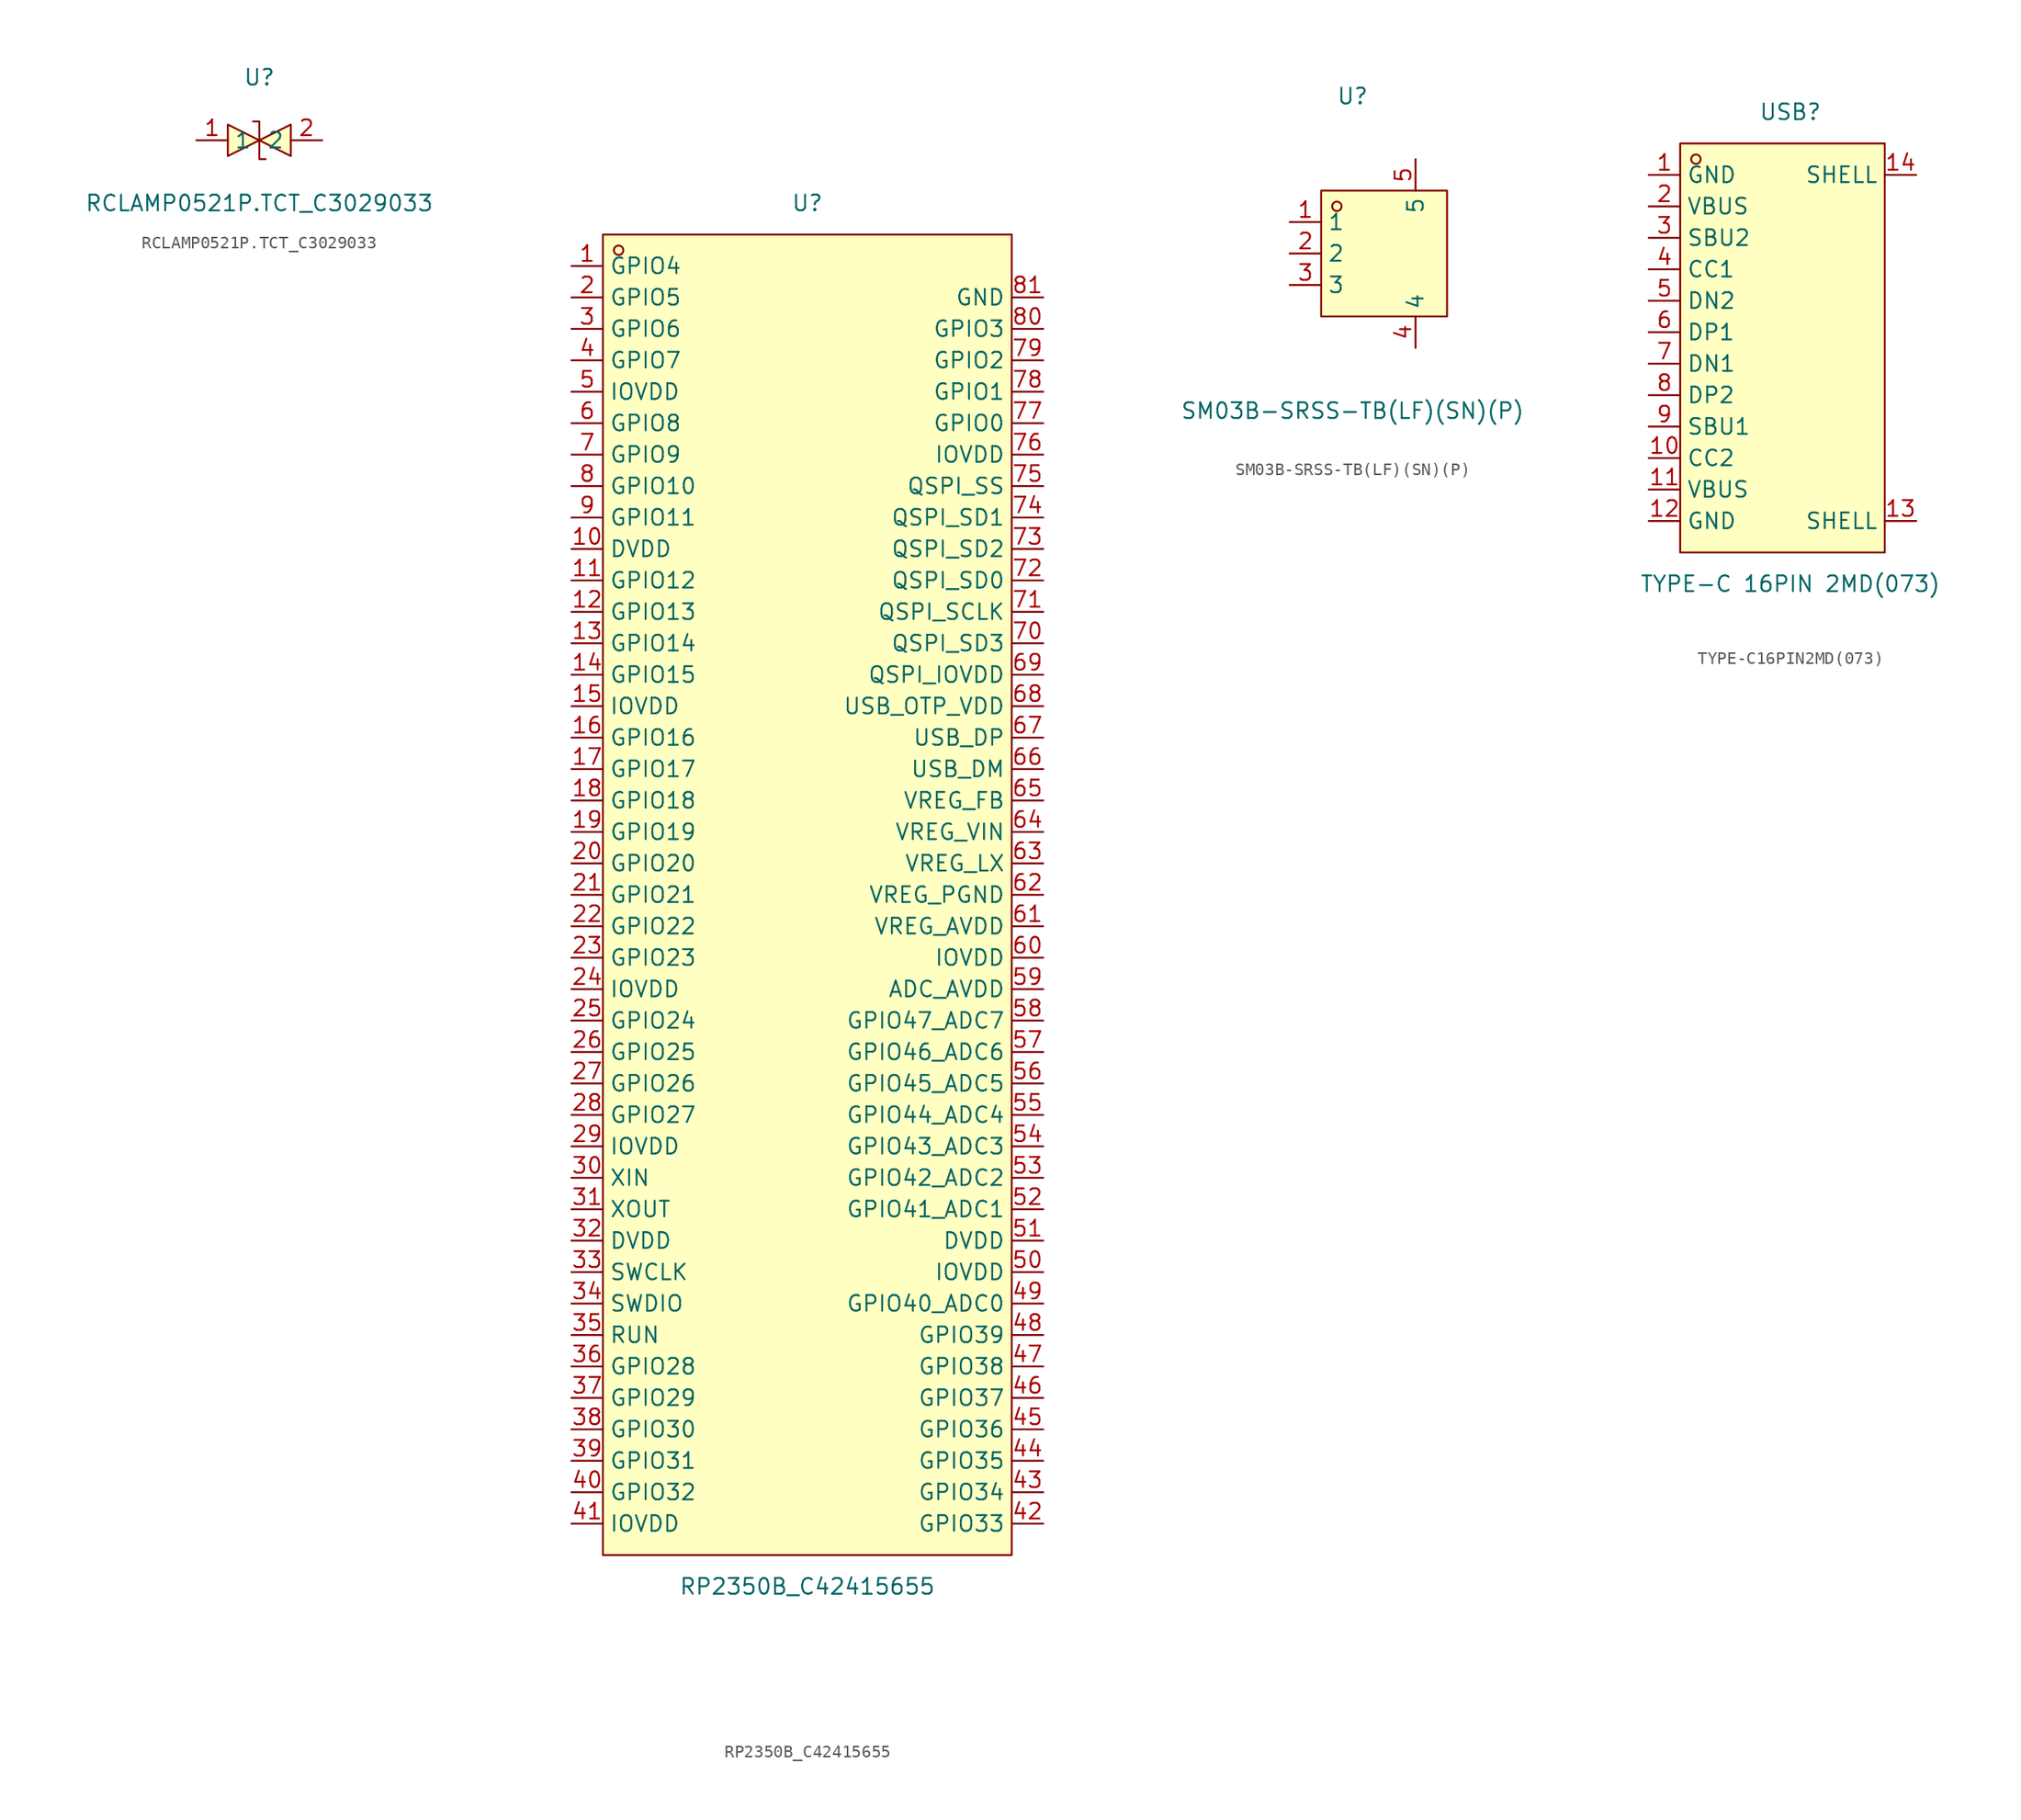
<source format=kicad_sym>
(kicad_symbol_lib
  (version 20211014)
  (generator https://github.com/uPesy/easyeda2kicad.py)
  (symbol "RCLAMP0521P.TCT_C3029033"
    (property "Reference" "U"
      (at 0 5.08 0)
      (effects (font (size 1.27 1.27))))
    (property "Value" "RCLAMP0521P.TCT_C3029033"
      (at 0 -5.08 0)
      (effects (font (size 1.27 1.27))))
    (symbol "RCLAMP0521P.TCT_C3029033_0_1"
      (polyline (pts (xy -0.51 1.52) (xy -0.51 1.52) (xy 0.00 1.52) (xy 0.00 -1.52) (xy 0.51 -1.52) (xy 0.51 -1.52)) (stroke (width 0) (type default) (color 0 0 0 0)) (fill (type none)))
      (polyline (pts (xy -2.54 1.27) (xy 0.00 -0.00) (xy -2.54 -1.27) (xy -2.54 1.27)) (stroke (width 0) (type default) (color 0 0 0 0)) (fill (type background)))
      (polyline (pts (xy 2.54 1.27) (xy 0.00 -0.00) (xy 2.54 -1.27) (xy 2.54 1.27)) (stroke (width 0) (type default) (color 0 0 0 0)) (fill (type background)))
      (pin unspecified line (at 5.08 -0.00 180) (length 2.54) (name "2" (effects (font (size 1.27 1.27)))) (number "2" (effects (font (size 1.27 1.27)))))
      (pin unspecified line (at -5.08 -0.00 0) (length 2.54) (name "1" (effects (font (size 1.27 1.27)))) (number "1" (effects (font (size 1.27 1.27)))))))
  (symbol "RP2350B_C42415655"
    (property "Reference" "U"
      (at 0 55.88 0)
      (effects (font (size 1.27 1.27))))
    (property "Value" "RP2350B_C42415655"
      (at 0 -55.88 0)
      (effects (font (size 1.27 1.27))))
    (symbol "RP2350B_C42415655_0_1"
      (rectangle (start -16.51 53.34) (end 16.51 -53.34) (stroke (width 0) (type default) (color 0 0 0 0)) (fill (type background)))
      (circle (center -15.24 52.07) (radius 0.38) (stroke (width 0) (type default) (color 0 0 0 0)) (fill (type none)))
      (pin unspecified line (at -19.05 50.80 0) (length 2.54) (name "GPIO4" (effects (font (size 1.27 1.27)))) (number "1" (effects (font (size 1.27 1.27)))))
      (pin unspecified line (at -19.05 48.26 0) (length 2.54) (name "GPIO5" (effects (font (size 1.27 1.27)))) (number "2" (effects (font (size 1.27 1.27)))))
      (pin unspecified line (at -19.05 45.72 0) (length 2.54) (name "GPIO6" (effects (font (size 1.27 1.27)))) (number "3" (effects (font (size 1.27 1.27)))))
      (pin unspecified line (at -19.05 43.18 0) (length 2.54) (name "GPIO7" (effects (font (size 1.27 1.27)))) (number "4" (effects (font (size 1.27 1.27)))))
      (pin unspecified line (at -19.05 40.64 0) (length 2.54) (name "IOVDD" (effects (font (size 1.27 1.27)))) (number "5" (effects (font (size 1.27 1.27)))))
      (pin unspecified line (at -19.05 38.10 0) (length 2.54) (name "GPIO8" (effects (font (size 1.27 1.27)))) (number "6" (effects (font (size 1.27 1.27)))))
      (pin unspecified line (at -19.05 35.56 0) (length 2.54) (name "GPIO9" (effects (font (size 1.27 1.27)))) (number "7" (effects (font (size 1.27 1.27)))))
      (pin unspecified line (at -19.05 33.02 0) (length 2.54) (name "GPIO10" (effects (font (size 1.27 1.27)))) (number "8" (effects (font (size 1.27 1.27)))))
      (pin unspecified line (at -19.05 30.48 0) (length 2.54) (name "GPIO11" (effects (font (size 1.27 1.27)))) (number "9" (effects (font (size 1.27 1.27)))))
      (pin unspecified line (at -19.05 27.94 0) (length 2.54) (name "DVDD" (effects (font (size 1.27 1.27)))) (number "10" (effects (font (size 1.27 1.27)))))
      (pin unspecified line (at -19.05 25.40 0) (length 2.54) (name "GPIO12" (effects (font (size 1.27 1.27)))) (number "11" (effects (font (size 1.27 1.27)))))
      (pin unspecified line (at -19.05 22.86 0) (length 2.54) (name "GPIO13" (effects (font (size 1.27 1.27)))) (number "12" (effects (font (size 1.27 1.27)))))
      (pin unspecified line (at -19.05 20.32 0) (length 2.54) (name "GPIO14" (effects (font (size 1.27 1.27)))) (number "13" (effects (font (size 1.27 1.27)))))
      (pin unspecified line (at -19.05 17.78 0) (length 2.54) (name "GPIO15" (effects (font (size 1.27 1.27)))) (number "14" (effects (font (size 1.27 1.27)))))
      (pin unspecified line (at -19.05 15.24 0) (length 2.54) (name "IOVDD" (effects (font (size 1.27 1.27)))) (number "15" (effects (font (size 1.27 1.27)))))
      (pin unspecified line (at -19.05 12.70 0) (length 2.54) (name "GPIO16" (effects (font (size 1.27 1.27)))) (number "16" (effects (font (size 1.27 1.27)))))
      (pin unspecified line (at -19.05 10.16 0) (length 2.54) (name "GPIO17" (effects (font (size 1.27 1.27)))) (number "17" (effects (font (size 1.27 1.27)))))
      (pin unspecified line (at -19.05 7.62 0) (length 2.54) (name "GPIO18" (effects (font (size 1.27 1.27)))) (number "18" (effects (font (size 1.27 1.27)))))
      (pin unspecified line (at -19.05 5.08 0) (length 2.54) (name "GPIO19" (effects (font (size 1.27 1.27)))) (number "19" (effects (font (size 1.27 1.27)))))
      (pin unspecified line (at -19.05 2.54 0) (length 2.54) (name "GPIO20" (effects (font (size 1.27 1.27)))) (number "20" (effects (font (size 1.27 1.27)))))
      (pin unspecified line (at -19.05 -0.00 0) (length 2.54) (name "GPIO21" (effects (font (size 1.27 1.27)))) (number "21" (effects (font (size 1.27 1.27)))))
      (pin unspecified line (at -19.05 -2.54 0) (length 2.54) (name "GPIO22" (effects (font (size 1.27 1.27)))) (number "22" (effects (font (size 1.27 1.27)))))
      (pin unspecified line (at -19.05 -5.08 0) (length 2.54) (name "GPIO23" (effects (font (size 1.27 1.27)))) (number "23" (effects (font (size 1.27 1.27)))))
      (pin unspecified line (at -19.05 -7.62 0) (length 2.54) (name "IOVDD" (effects (font (size 1.27 1.27)))) (number "24" (effects (font (size 1.27 1.27)))))
      (pin unspecified line (at -19.05 -10.16 0) (length 2.54) (name "GPIO24" (effects (font (size 1.27 1.27)))) (number "25" (effects (font (size 1.27 1.27)))))
      (pin unspecified line (at -19.05 -12.70 0) (length 2.54) (name "GPIO25" (effects (font (size 1.27 1.27)))) (number "26" (effects (font (size 1.27 1.27)))))
      (pin unspecified line (at -19.05 -15.24 0) (length 2.54) (name "GPIO26" (effects (font (size 1.27 1.27)))) (number "27" (effects (font (size 1.27 1.27)))))
      (pin unspecified line (at -19.05 -17.78 0) (length 2.54) (name "GPIO27" (effects (font (size 1.27 1.27)))) (number "28" (effects (font (size 1.27 1.27)))))
      (pin unspecified line (at -19.05 -20.32 0) (length 2.54) (name "IOVDD" (effects (font (size 1.27 1.27)))) (number "29" (effects (font (size 1.27 1.27)))))
      (pin unspecified line (at -19.05 -22.86 0) (length 2.54) (name "XIN" (effects (font (size 1.27 1.27)))) (number "30" (effects (font (size 1.27 1.27)))))
      (pin unspecified line (at -19.05 -25.40 0) (length 2.54) (name "XOUT" (effects (font (size 1.27 1.27)))) (number "31" (effects (font (size 1.27 1.27)))))
      (pin unspecified line (at -19.05 -27.94 0) (length 2.54) (name "DVDD" (effects (font (size 1.27 1.27)))) (number "32" (effects (font (size 1.27 1.27)))))
      (pin unspecified line (at -19.05 -30.48 0) (length 2.54) (name "SWCLK" (effects (font (size 1.27 1.27)))) (number "33" (effects (font (size 1.27 1.27)))))
      (pin unspecified line (at -19.05 -33.02 0) (length 2.54) (name "SWDIO" (effects (font (size 1.27 1.27)))) (number "34" (effects (font (size 1.27 1.27)))))
      (pin unspecified line (at -19.05 -35.56 0) (length 2.54) (name "RUN" (effects (font (size 1.27 1.27)))) (number "35" (effects (font (size 1.27 1.27)))))
      (pin unspecified line (at -19.05 -38.10 0) (length 2.54) (name "GPIO28" (effects (font (size 1.27 1.27)))) (number "36" (effects (font (size 1.27 1.27)))))
      (pin unspecified line (at -19.05 -40.64 0) (length 2.54) (name "GPIO29" (effects (font (size 1.27 1.27)))) (number "37" (effects (font (size 1.27 1.27)))))
      (pin unspecified line (at -19.05 -43.18 0) (length 2.54) (name "GPIO30" (effects (font (size 1.27 1.27)))) (number "38" (effects (font (size 1.27 1.27)))))
      (pin unspecified line (at -19.05 -45.72 0) (length 2.54) (name "GPIO31" (effects (font (size 1.27 1.27)))) (number "39" (effects (font (size 1.27 1.27)))))
      (pin unspecified line (at -19.05 -48.26 0) (length 2.54) (name "GPIO32" (effects (font (size 1.27 1.27)))) (number "40" (effects (font (size 1.27 1.27)))))
      (pin unspecified line (at -19.05 -50.80 0) (length 2.54) (name "IOVDD" (effects (font (size 1.27 1.27)))) (number "41" (effects (font (size 1.27 1.27)))))
      (pin unspecified line (at 19.05 -50.80 180) (length 2.54) (name "GPIO33" (effects (font (size 1.27 1.27)))) (number "42" (effects (font (size 1.27 1.27)))))
      (pin unspecified line (at 19.05 -48.26 180) (length 2.54) (name "GPIO34" (effects (font (size 1.27 1.27)))) (number "43" (effects (font (size 1.27 1.27)))))
      (pin unspecified line (at 19.05 -45.72 180) (length 2.54) (name "GPIO35" (effects (font (size 1.27 1.27)))) (number "44" (effects (font (size 1.27 1.27)))))
      (pin unspecified line (at 19.05 -43.18 180) (length 2.54) (name "GPIO36" (effects (font (size 1.27 1.27)))) (number "45" (effects (font (size 1.27 1.27)))))
      (pin unspecified line (at 19.05 -40.64 180) (length 2.54) (name "GPIO37" (effects (font (size 1.27 1.27)))) (number "46" (effects (font (size 1.27 1.27)))))
      (pin unspecified line (at 19.05 -38.10 180) (length 2.54) (name "GPIO38" (effects (font (size 1.27 1.27)))) (number "47" (effects (font (size 1.27 1.27)))))
      (pin unspecified line (at 19.05 -35.56 180) (length 2.54) (name "GPIO39" (effects (font (size 1.27 1.27)))) (number "48" (effects (font (size 1.27 1.27)))))
      (pin unspecified line (at 19.05 -33.02 180) (length 2.54) (name "GPIO40_ADC0" (effects (font (size 1.27 1.27)))) (number "49" (effects (font (size 1.27 1.27)))))
      (pin unspecified line (at 19.05 -30.48 180) (length 2.54) (name "IOVDD" (effects (font (size 1.27 1.27)))) (number "50" (effects (font (size 1.27 1.27)))))
      (pin unspecified line (at 19.05 -27.94 180) (length 2.54) (name "DVDD" (effects (font (size 1.27 1.27)))) (number "51" (effects (font (size 1.27 1.27)))))
      (pin unspecified line (at 19.05 -25.40 180) (length 2.54) (name "GPIO41_ADC1" (effects (font (size 1.27 1.27)))) (number "52" (effects (font (size 1.27 1.27)))))
      (pin unspecified line (at 19.05 -22.86 180) (length 2.54) (name "GPIO42_ADC2" (effects (font (size 1.27 1.27)))) (number "53" (effects (font (size 1.27 1.27)))))
      (pin unspecified line (at 19.05 -20.32 180) (length 2.54) (name "GPIO43_ADC3" (effects (font (size 1.27 1.27)))) (number "54" (effects (font (size 1.27 1.27)))))
      (pin unspecified line (at 19.05 -17.78 180) (length 2.54) (name "GPIO44_ADC4" (effects (font (size 1.27 1.27)))) (number "55" (effects (font (size 1.27 1.27)))))
      (pin unspecified line (at 19.05 -15.24 180) (length 2.54) (name "GPIO45_ADC5" (effects (font (size 1.27 1.27)))) (number "56" (effects (font (size 1.27 1.27)))))
      (pin unspecified line (at 19.05 -12.70 180) (length 2.54) (name "GPIO46_ADC6" (effects (font (size 1.27 1.27)))) (number "57" (effects (font (size 1.27 1.27)))))
      (pin unspecified line (at 19.05 -10.16 180) (length 2.54) (name "GPIO47_ADC7" (effects (font (size 1.27 1.27)))) (number "58" (effects (font (size 1.27 1.27)))))
      (pin unspecified line (at 19.05 -7.62 180) (length 2.54) (name "ADC_AVDD" (effects (font (size 1.27 1.27)))) (number "59" (effects (font (size 1.27 1.27)))))
      (pin unspecified line (at 19.05 -5.08 180) (length 2.54) (name "IOVDD" (effects (font (size 1.27 1.27)))) (number "60" (effects (font (size 1.27 1.27)))))
      (pin unspecified line (at 19.05 -2.54 180) (length 2.54) (name "VREG_AVDD" (effects (font (size 1.27 1.27)))) (number "61" (effects (font (size 1.27 1.27)))))
      (pin unspecified line (at 19.05 -0.00 180) (length 2.54) (name "VREG_PGND" (effects (font (size 1.27 1.27)))) (number "62" (effects (font (size 1.27 1.27)))))
      (pin unspecified line (at 19.05 2.54 180) (length 2.54) (name "VREG_LX" (effects (font (size 1.27 1.27)))) (number "63" (effects (font (size 1.27 1.27)))))
      (pin unspecified line (at 19.05 5.08 180) (length 2.54) (name "VREG_VIN" (effects (font (size 1.27 1.27)))) (number "64" (effects (font (size 1.27 1.27)))))
      (pin unspecified line (at 19.05 7.62 180) (length 2.54) (name "VREG_FB" (effects (font (size 1.27 1.27)))) (number "65" (effects (font (size 1.27 1.27)))))
      (pin unspecified line (at 19.05 10.16 180) (length 2.54) (name "USB_DM" (effects (font (size 1.27 1.27)))) (number "66" (effects (font (size 1.27 1.27)))))
      (pin unspecified line (at 19.05 12.70 180) (length 2.54) (name "USB_DP" (effects (font (size 1.27 1.27)))) (number "67" (effects (font (size 1.27 1.27)))))
      (pin unspecified line (at 19.05 15.24 180) (length 2.54) (name "USB_OTP_VDD" (effects (font (size 1.27 1.27)))) (number "68" (effects (font (size 1.27 1.27)))))
      (pin unspecified line (at 19.05 17.78 180) (length 2.54) (name "QSPI_IOVDD" (effects (font (size 1.27 1.27)))) (number "69" (effects (font (size 1.27 1.27)))))
      (pin unspecified line (at 19.05 20.32 180) (length 2.54) (name "QSPI_SD3" (effects (font (size 1.27 1.27)))) (number "70" (effects (font (size 1.27 1.27)))))
      (pin unspecified line (at 19.05 22.86 180) (length 2.54) (name "QSPI_SCLK" (effects (font (size 1.27 1.27)))) (number "71" (effects (font (size 1.27 1.27)))))
      (pin unspecified line (at 19.05 25.40 180) (length 2.54) (name "QSPI_SD0" (effects (font (size 1.27 1.27)))) (number "72" (effects (font (size 1.27 1.27)))))
      (pin unspecified line (at 19.05 27.94 180) (length 2.54) (name "QSPI_SD2" (effects (font (size 1.27 1.27)))) (number "73" (effects (font (size 1.27 1.27)))))
      (pin unspecified line (at 19.05 30.48 180) (length 2.54) (name "QSPI_SD1" (effects (font (size 1.27 1.27)))) (number "74" (effects (font (size 1.27 1.27)))))
      (pin unspecified line (at 19.05 33.02 180) (length 2.54) (name "QSPI_SS" (effects (font (size 1.27 1.27)))) (number "75" (effects (font (size 1.27 1.27)))))
      (pin unspecified line (at 19.05 35.56 180) (length 2.54) (name "IOVDD" (effects (font (size 1.27 1.27)))) (number "76" (effects (font (size 1.27 1.27)))))
      (pin unspecified line (at 19.05 38.10 180) (length 2.54) (name "GPIO0" (effects (font (size 1.27 1.27)))) (number "77" (effects (font (size 1.27 1.27)))))
      (pin unspecified line (at 19.05 40.64 180) (length 2.54) (name "GPIO1" (effects (font (size 1.27 1.27)))) (number "78" (effects (font (size 1.27 1.27)))))
      (pin unspecified line (at 19.05 43.18 180) (length 2.54) (name "GPIO2" (effects (font (size 1.27 1.27)))) (number "79" (effects (font (size 1.27 1.27)))))
      (pin unspecified line (at 19.05 45.72 180) (length 2.54) (name "GPIO3" (effects (font (size 1.27 1.27)))) (number "80" (effects (font (size 1.27 1.27)))))
      (pin unspecified line (at 19.05 48.26 180) (length 2.54) (name "GND" (effects (font (size 1.27 1.27)))) (number "81" (effects (font (size 1.27 1.27)))))))
  (symbol "SM03B-SRSS-TB(LF)(SN)(P)"
    (property "Reference" "U"
      (at 0 12.70 0)
      (effects (font (size 1.27 1.27))))
    (property "Value" "SM03B-SRSS-TB(LF)(SN)(P)"
      (at 0 -12.70 0)
      (effects (font (size 1.27 1.27))))
    (symbol "SM03B-SRSS-TB(LF)(SN)(P)_0_1"
      (rectangle (start -2.54 5.08) (end 7.62 -5.08) (stroke (width 0) (type default) (color 0 0 0 0)) (fill (type background)))
      (circle (center -1.27 3.81) (radius 0.38) (stroke (width 0) (type default) (color 0 0 0 0)) (fill (type none)))
      (pin unspecified line (at -5.08 2.54 0) (length 2.54) (name "1" (effects (font (size 1.27 1.27)))) (number "1" (effects (font (size 1.27 1.27)))))
      (pin unspecified line (at -5.08 -0.00 0) (length 2.54) (name "2" (effects (font (size 1.27 1.27)))) (number "2" (effects (font (size 1.27 1.27)))))
      (pin unspecified line (at -5.08 -2.54 0) (length 2.54) (name "3" (effects (font (size 1.27 1.27)))) (number "3" (effects (font (size 1.27 1.27)))))
      (pin unspecified line (at 5.08 -7.62 90) (length 2.54) (name "4" (effects (font (size 1.27 1.27)))) (number "4" (effects (font (size 1.27 1.27)))))
      (pin unspecified line (at 5.08 7.62 270) (length 2.54) (name "5" (effects (font (size 1.27 1.27)))) (number "5" (effects (font (size 1.27 1.27)))))))
  (symbol "TYPE-C16PIN2MD(073)"
    (property "Reference" "USB"
      (at 0 19.05 0)
      (effects (font (size 1.27 1.27))))
    (property "Value" "TYPE-C 16PIN 2MD(073)"
      (at 0 -19.05 0)
      (effects (font (size 1.27 1.27))))
    (symbol "TYPE-C16PIN2MD(073)_0_1"
      (rectangle (start -8.89 16.51) (end 7.62 -16.51) (stroke (width 0) (type default) (color 0 0 0 0)) (fill (type background)))
      (circle (center -7.62 15.24) (radius 0.38) (stroke (width 0) (type default) (color 0 0 0 0)) (fill (type none)))
      (pin unspecified line (at -11.43 13.97 0) (length 2.54) (name "GND" (effects (font (size 1.27 1.27)))) (number "1" (effects (font (size 1.27 1.27)))))
      (pin unspecified line (at -11.43 11.43 0) (length 2.54) (name "VBUS" (effects (font (size 1.27 1.27)))) (number "2" (effects (font (size 1.27 1.27)))))
      (pin unspecified line (at -11.43 8.89 0) (length 2.54) (name "SBU2" (effects (font (size 1.27 1.27)))) (number "3" (effects (font (size 1.27 1.27)))))
      (pin unspecified line (at -11.43 6.35 0) (length 2.54) (name "CC1" (effects (font (size 1.27 1.27)))) (number "4" (effects (font (size 1.27 1.27)))))
      (pin unspecified line (at -11.43 3.81 0) (length 2.54) (name "DN2" (effects (font (size 1.27 1.27)))) (number "5" (effects (font (size 1.27 1.27)))))
      (pin unspecified line (at -11.43 1.27 0) (length 2.54) (name "DP1" (effects (font (size 1.27 1.27)))) (number "6" (effects (font (size 1.27 1.27)))))
      (pin unspecified line (at -11.43 -1.27 0) (length 2.54) (name "DN1" (effects (font (size 1.27 1.27)))) (number "7" (effects (font (size 1.27 1.27)))))
      (pin unspecified line (at -11.43 -3.81 0) (length 2.54) (name "DP2" (effects (font (size 1.27 1.27)))) (number "8" (effects (font (size 1.27 1.27)))))
      (pin unspecified line (at -11.43 -6.35 0) (length 2.54) (name "SBU1" (effects (font (size 1.27 1.27)))) (number "9" (effects (font (size 1.27 1.27)))))
      (pin unspecified line (at -11.43 -8.89 0) (length 2.54) (name "CC2" (effects (font (size 1.27 1.27)))) (number "10" (effects (font (size 1.27 1.27)))))
      (pin unspecified line (at -11.43 -11.43 0) (length 2.54) (name "VBUS" (effects (font (size 1.27 1.27)))) (number "11" (effects (font (size 1.27 1.27)))))
      (pin unspecified line (at -11.43 -13.97 0) (length 2.54) (name "GND" (effects (font (size 1.27 1.27)))) (number "12" (effects (font (size 1.27 1.27)))))
      (pin unspecified line (at 10.16 -13.97 180) (length 2.54) (name "SHELL" (effects (font (size 1.27 1.27)))) (number "13" (effects (font (size 1.27 1.27)))))
      (pin unspecified line (at 10.16 13.97 180) (length 2.54) (name "SHELL" (effects (font (size 1.27 1.27)))) (number "14" (effects (font (size 1.27 1.27))))))))
</source>
